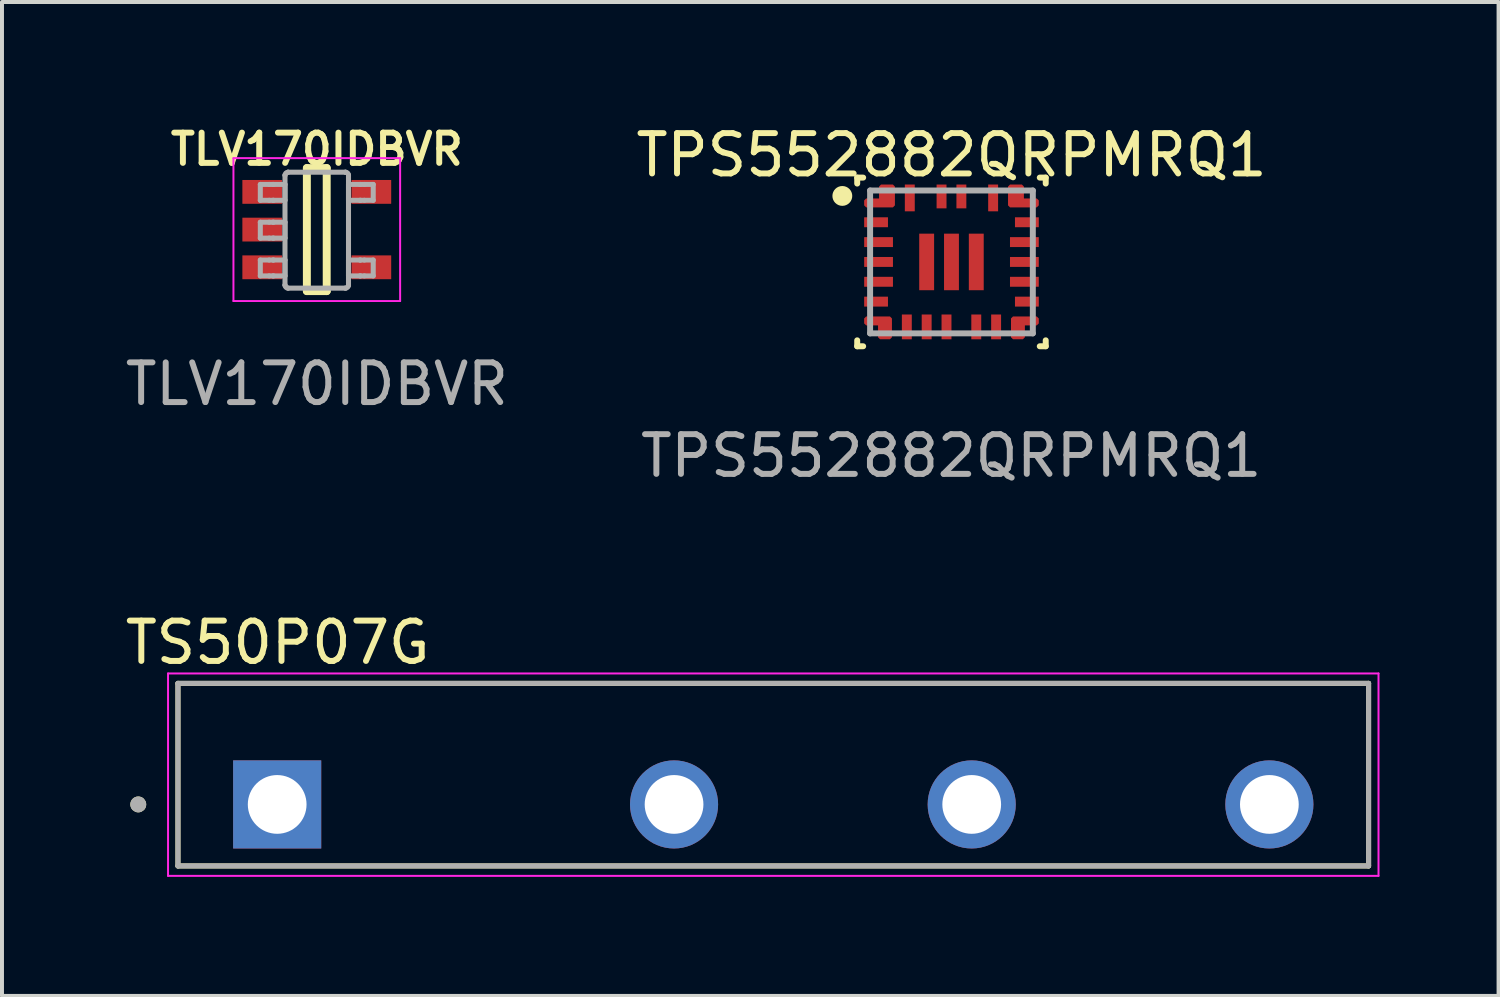
<source format=kicad_pcb>
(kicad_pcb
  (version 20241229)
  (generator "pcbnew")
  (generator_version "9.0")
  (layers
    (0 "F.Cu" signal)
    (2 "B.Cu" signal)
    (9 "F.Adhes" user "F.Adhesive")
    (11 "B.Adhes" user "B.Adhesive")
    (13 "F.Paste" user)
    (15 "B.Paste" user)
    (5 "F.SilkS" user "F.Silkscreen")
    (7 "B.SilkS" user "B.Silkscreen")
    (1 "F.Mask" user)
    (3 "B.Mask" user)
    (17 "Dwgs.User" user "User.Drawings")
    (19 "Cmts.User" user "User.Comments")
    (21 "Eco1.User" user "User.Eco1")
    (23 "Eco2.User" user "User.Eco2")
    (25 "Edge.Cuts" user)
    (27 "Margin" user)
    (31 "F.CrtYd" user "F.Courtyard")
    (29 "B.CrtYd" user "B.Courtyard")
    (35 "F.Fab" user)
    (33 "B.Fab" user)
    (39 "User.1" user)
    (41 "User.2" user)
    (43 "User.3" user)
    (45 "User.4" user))
  (footprint "TLV170IDBVR"
    (layer "F.Cu")
    (at 4.932 2.735)
    (property "Reference" "TLV170IDBVR" (at 0.001 -2.026 0) (unlocked yes) (layer "F.SilkS") (effects (font (size 0.762 0.762) (thickness 0.15))))
    (attr smd)
    (fp_line (start -0.25 -1.55) (end 0.25 -1.55) (stroke (width 0.2) (type solid)) (layer "F.SilkS"))
    (fp_line (start -0.25 1.55) (end -0.25 -1.55) (stroke (width 0.2) (type solid)) (layer "F.SilkS"))
    (fp_line (start -0.25 1.55) (end 0.25 1.55) (stroke (width 0.2) (type solid)) (layer "F.SilkS"))
    (fp_line (start 0.25 1.55) (end 0.25 -1.55) (stroke (width 0.2) (type solid)) (layer "F.SilkS"))
    (fp_line (start -2.1 -1.8) (end 2.1 -1.8) (stroke (width 0.05) (type solid)) (layer "F.CrtYd"))
    (fp_line (start -2.1 1.8) (end -2.1 -1.8) (stroke (width 0.05) (type solid)) (layer "F.CrtYd"))
    (fp_line (start -2.1 1.8) (end 2.1 1.8) (stroke (width 0.05) (type solid)) (layer "F.CrtYd"))
    (fp_line (start 2.1 1.8) (end 2.1 -1.8) (stroke (width 0.05) (type solid)) (layer "F.CrtYd"))
    (fp_line (start -1.423 -1.138) (end -1.199 -1.138) (stroke (width 0.127) (type solid)) (layer "F.Fab"))
    (fp_line (start -1.423 -0.738) (end -1.423 -1.138) (stroke (width 0.127) (type solid)) (layer "F.Fab"))
    (fp_line (start -1.423 -0.738) (end -1.199 -0.738) (stroke (width 0.127) (type solid)) (layer "F.Fab"))
    (fp_line (start -1.423 -0.186) (end -1.199 -0.186) (stroke (width 0.127) (type solid)) (layer "F.Fab"))
    (fp_line (start -1.423 0.215) (end -1.423 -0.186) (stroke (width 0.127) (type solid)) (layer "F.Fab"))
    (fp_line (start -1.423 0.215) (end -1.199 0.215) (stroke (width 0.127) (type solid)) (layer "F.Fab"))
    (fp_line (start -1.423 0.767) (end -1.199 0.767) (stroke (width 0.127) (type solid)) (layer "F.Fab"))
    (fp_line (start -1.423 1.167) (end -1.423 0.767) (stroke (width 0.127) (type solid)) (layer "F.Fab"))
    (fp_line (start -1.423 1.167) (end -1.199 1.167) (stroke (width 0.127) (type solid)) (layer "F.Fab"))
    (fp_line (start -1.199 -1.138) (end -1.105 -1.138) (stroke (width 0.127) (type solid)) (layer "F.Fab"))
    (fp_line (start -1.199 -0.738) (end -1.105 -0.738) (stroke (width 0.127) (type solid)) (layer "F.Fab"))
    (fp_line (start -1.199 -0.186) (end -1.105 -0.186) (stroke (width 0.127) (type solid)) (layer "F.Fab"))
    (fp_line (start -1.199 0.215) (end -1.105 0.215) (stroke (width 0.127) (type solid)) (layer "F.Fab"))
    (fp_line (start -1.199 0.767) (end -1.105 0.767) (stroke (width 0.127) (type solid)) (layer "F.Fab"))
    (fp_line (start -1.199 1.167) (end -1.105 1.167) (stroke (width 0.127) (type solid)) (layer "F.Fab"))
    (fp_line (start -1.105 -1.138) (end -1.088 -1.138) (stroke (width 0.127) (type solid)) (layer "F.Fab"))
    (fp_line (start -1.105 -0.738) (end -1.088 -0.738) (stroke (width 0.127) (type solid)) (layer "F.Fab"))
    (fp_line (start -1.105 -0.186) (end -1.088 -0.186) (stroke (width 0.127) (type solid)) (layer "F.Fab"))
    (fp_line (start -1.105 0.215) (end -1.088 0.215) (stroke (width 0.127) (type solid)) (layer "F.Fab"))
    (fp_line (start -1.105 0.767) (end -1.088 0.767) (stroke (width 0.127) (type solid)) (layer "F.Fab"))
    (fp_line (start -1.105 1.167) (end -1.088 1.167) (stroke (width 0.127) (type solid)) (layer "F.Fab"))
    (fp_line (start -1.088 -1.138) (end -0.835 -1.138) (stroke (width 0.127) (type solid)) (layer "F.Fab"))
    (fp_line (start -1.088 -0.738) (end -0.835 -0.738) (stroke (width 0.127) (type solid)) (layer "F.Fab"))
    (fp_line (start -1.088 -0.186) (end -0.835 -0.186) (stroke (width 0.127) (type solid)) (layer "F.Fab"))
    (fp_line (start -1.088 0.215) (end -0.835 0.215) (stroke (width 0.127) (type solid)) (layer "F.Fab"))
    (fp_line (start -1.088 0.767) (end -0.835 0.767) (stroke (width 0.127) (type solid)) (layer "F.Fab"))
    (fp_line (start -1.088 1.167) (end -0.835 1.167) (stroke (width 0.127) (type solid)) (layer "F.Fab"))
    (fp_line (start -0.835 -1.138) (end -0.801 -1.138) (stroke (width 0.127) (type solid)) (layer "F.Fab"))
    (fp_line (start -0.835 -0.738) (end -0.801 -0.738) (stroke (width 0.127) (type solid)) (layer "F.Fab"))
    (fp_line (start -0.835 -0.186) (end -0.801 -0.186) (stroke (width 0.127) (type solid)) (layer "F.Fab"))
    (fp_line (start -0.835 0.215) (end -0.801 0.215) (stroke (width 0.127) (type solid)) (layer "F.Fab"))
    (fp_line (start -0.835 0.767) (end -0.801 0.767) (stroke (width 0.127) (type solid)) (layer "F.Fab"))
    (fp_line (start -0.835 1.167) (end -0.801 1.167) (stroke (width 0.127) (type solid)) (layer "F.Fab"))
    (fp_line (start -0.801 -1.37) (end -0.801 -1.371) (stroke (width 0.127) (type solid)) (layer "F.Fab"))
    (fp_line (start -0.801 -0.738) (end -0.801 -1.138) (stroke (width 0.127) (type solid)) (layer "F.Fab"))
    (fp_line (start -0.801 0.215) (end -0.801 -0.186) (stroke (width 0.127) (type solid)) (layer "F.Fab"))
    (fp_line (start -0.801 1.167) (end -0.801 0.767) (stroke (width 0.127) (type solid)) (layer "F.Fab"))
    (fp_line (start -0.801 1.399) (end -0.801 -1.37) (stroke (width 0.127) (type solid)) (layer "F.Fab"))
    (fp_line (start -0.801 1.4) (end -0.801 1.399) (stroke (width 0.127) (type solid)) (layer "F.Fab"))
    (fp_line (start -0.725 -1.446) (end -0.725 -1.446) (stroke (width 0.127) (type solid)) (layer "F.Fab"))
    (fp_line (start -0.725 1.475) (end -0.725 1.475) (stroke (width 0.127) (type solid)) (layer "F.Fab"))
    (fp_line (start -0.725 -1.446) (end 0.723 -1.446) (stroke (width 0.127) (type solid)) (layer "F.Fab"))
    (fp_line (start -0.725 1.475) (end 0.723 1.475) (stroke (width 0.127) (type solid)) (layer "F.Fab"))
    (fp_line (start 0.723 -1.446) (end 0.724 -1.446) (stroke (width 0.127) (type solid)) (layer "F.Fab"))
    (fp_line (start 0.723 1.475) (end 0.724 1.475) (stroke (width 0.127) (type solid)) (layer "F.Fab"))
    (fp_line (start 0.799 -1.37) (end 0.799 -1.371) (stroke (width 0.127) (type solid)) (layer "F.Fab"))
    (fp_line (start 0.799 -1.138) (end 0.834 -1.138) (stroke (width 0.127) (type solid)) (layer "F.Fab"))
    (fp_line (start 0.799 -0.738) (end 0.799 -1.138) (stroke (width 0.127) (type solid)) (layer "F.Fab"))
    (fp_line (start 0.799 -0.738) (end 0.834 -0.738) (stroke (width 0.127) (type solid)) (layer "F.Fab"))
    (fp_line (start 0.799 0.767) (end 0.834 0.767) (stroke (width 0.127) (type solid)) (layer "F.Fab"))
    (fp_line (start 0.799 1.167) (end 0.799 0.767) (stroke (width 0.127) (type solid)) (layer "F.Fab"))
    (fp_line (start 0.799 1.167) (end 0.834 1.167) (stroke (width 0.127) (type solid)) (layer "F.Fab"))
    (fp_line (start 0.799 1.399) (end 0.799 -1.37) (stroke (width 0.127) (type solid)) (layer "F.Fab"))
    (fp_line (start 0.799 1.4) (end 0.799 1.399) (stroke (width 0.127) (type solid)) (layer "F.Fab"))
    (fp_line (start 0.834 -1.138) (end 1.087 -1.138) (stroke (width 0.127) (type solid)) (layer "F.Fab"))
    (fp_line (start 0.834 -0.738) (end 1.087 -0.738) (stroke (width 0.127) (type solid)) (layer "F.Fab"))
    (fp_line (start 0.834 0.767) (end 1.087 0.767) (stroke (width 0.127) (type solid)) (layer "F.Fab"))
    (fp_line (start 0.834 1.167) (end 1.087 1.167) (stroke (width 0.127) (type solid)) (layer "F.Fab"))
    (fp_line (start 1.087 -1.138) (end 1.103 -1.138) (stroke (width 0.127) (type solid)) (layer "F.Fab"))
    (fp_line (start 1.087 -0.738) (end 1.103 -0.738) (stroke (width 0.127) (type solid)) (layer "F.Fab"))
    (fp_line (start 1.087 0.767) (end 1.103 0.767) (stroke (width 0.127) (type solid)) (layer "F.Fab"))
    (fp_line (start 1.087 1.167) (end 1.103 1.167) (stroke (width 0.127) (type solid)) (layer "F.Fab"))
    (fp_line (start 1.103 -1.138) (end 1.198 -1.138) (stroke (width 0.127) (type solid)) (layer "F.Fab"))
    (fp_line (start 1.103 -0.738) (end 1.198 -0.738) (stroke (width 0.127) (type solid)) (layer "F.Fab"))
    (fp_line (start 1.103 0.767) (end 1.198 0.767) (stroke (width 0.127) (type solid)) (layer "F.Fab"))
    (fp_line (start 1.103 1.167) (end 1.198 1.167) (stroke (width 0.127) (type solid)) (layer "F.Fab"))
    (fp_line (start 1.198 -1.138) (end 1.422 -1.138) (stroke (width 0.127) (type solid)) (layer "F.Fab"))
    (fp_line (start 1.198 -0.738) (end 1.422 -0.738) (stroke (width 0.127) (type solid)) (layer "F.Fab"))
    (fp_line (start 1.198 0.767) (end 1.422 0.767) (stroke (width 0.127) (type solid)) (layer "F.Fab"))
    (fp_line (start 1.198 1.167) (end 1.422 1.167) (stroke (width 0.127) (type solid)) (layer "F.Fab"))
    (fp_line (start 1.422 -0.738) (end 1.422 -1.138) (stroke (width 0.127) (type solid)) (layer "F.Fab"))
    (fp_line (start 1.422 1.167) (end 1.422 0.767) (stroke (width 0.127) (type solid)) (layer "F.Fab"))
    (fp_arc (start -0.80074 -1.37084) (mid -0.778218 -1.423887) (end -0.724999 -1.445998) (stroke (width 0.127) (type solid)) (layer "F.Fab"))
    (fp_arc (start -0.724999 1.475) (mid -0.778213 1.452901) (end -0.80074 1.399867) (stroke (width 0.127) (type solid)) (layer "F.Fab"))
    (fp_arc (start 0.723714 -1.445998) (mid 0.776933 -1.423887) (end 0.799455 -1.37084) (stroke (width 0.127) (type solid)) (layer "F.Fab"))
    (fp_arc (start 0.799455 1.399868) (mid 0.776927 1.452901) (end 0.723713 1.475) (stroke (width 0.127) (type solid)) (layer "F.Fab"))
    (fp_text user "${REFERENCE}" (at 0.003 3.891 0) (unlocked yes) (layer "F.Fab") (effects (font (size 1 1) (thickness 0.15))))
    (pad "1" smd rect (at -1.375 -0.95 90) (size 0.6 1) (layers "F.Cu" "F.Mask" "F.Paste"))
    (pad "2" smd rect (at -1.375 0 90) (size 0.6 1) (layers "F.Cu" "F.Mask" "F.Paste"))
    (pad "3" smd rect (at -1.375 0.95 90) (size 0.6 1) (layers "F.Cu" "F.Mask" "F.Paste"))
    (pad "4" smd rect (at 1.375 0.95 90) (size 0.6 1) (layers "F.Cu" "F.Mask" "F.Paste"))
    (pad "5" smd rect (at 1.375 -0.95 90) (size 0.6 1) (layers "F.Cu" "F.Mask" "F.Paste")))
  (footprint "TS50P07G"
    (layer "F.Cu")
    (at 3.934 17.219)
    (property "Reference" "TS50P07G" (at 0.012 -4.078 0) (layer "F.SilkS") (effects (font (size 1.016 1.016) (thickness 0.15))))
    (attr through_hole)
    (fp_line (start -2.5 -3.05) (end 27.5 -3.05) (stroke (width 0.127) (type solid)) (layer "F.SilkS"))
    (fp_line (start -2.5 1.55) (end -2.5 -3.05) (stroke (width 0.127) (type solid)) (layer "F.SilkS"))
    (fp_line (start 27.5 -3.05) (end 27.5 1.55) (stroke (width 0.127) (type solid)) (layer "F.SilkS"))
    (fp_line (start 27.5 1.55) (end -2.5 1.55) (stroke (width 0.127) (type solid)) (layer "F.SilkS"))
    (fp_circle (center -3.5 0) (end -3.4 0) (stroke (width 0.2) (type solid)) (fill no) (layer "F.SilkS"))
    (fp_line (start -2.75 -3.3) (end -2.75 1.8) (stroke (width 0.05) (type solid)) (layer "F.CrtYd"))
    (fp_line (start -2.75 1.8) (end 27.75 1.8) (stroke (width 0.05) (type solid)) (layer "F.CrtYd"))
    (fp_line (start 27.75 -3.3) (end -2.75 -3.3) (stroke (width 0.05) (type solid)) (layer "F.CrtYd"))
    (fp_line (start 27.75 1.8) (end 27.75 -3.3) (stroke (width 0.05) (type solid)) (layer "F.CrtYd"))
    (fp_line (start -2.5 -3.05) (end 27.5 -3.05) (stroke (width 0.127) (type solid)) (layer "F.Fab"))
    (fp_line (start -2.5 1.55) (end -2.5 -3.05) (stroke (width 0.127) (type solid)) (layer "F.Fab"))
    (fp_line (start 27.5 -3.05) (end 27.5 1.55) (stroke (width 0.127) (type solid)) (layer "F.Fab"))
    (fp_line (start 27.5 1.55) (end -2.5 1.55) (stroke (width 0.127) (type solid)) (layer "F.Fab"))
    (fp_circle (center -3.5 0) (end -3.4 0) (stroke (width 0.2) (type solid)) (fill no) (layer "F.Fab"))
    (pad "1" thru_hole rect (at 0 0) (size 2.22 2.22) (drill 1.48) (layers "*.Cu" "*.Mask"))
    (pad "2" thru_hole circle (at 10 0) (size 2.22 2.22) (drill 1.48) (layers "*.Cu" "*.Mask"))
    (pad "3" thru_hole circle (at 17.5 0) (size 2.22 2.22) (drill 1.48) (layers "*.Cu" "*.Mask"))
    (pad "4" thru_hole circle (at 25 0) (size 2.22 2.22) (drill 1.48) (layers "*.Cu" "*.Mask")))
  (footprint "TPS552882QRPMRQ1"
    (layer "F.Cu")
    (at 20.924 3.55)
    (property "Reference" "TPS552882QRPMRQ1" (at 0.003 -2.692 0) (unlocked yes) (layer "F.SilkS") (effects (font (size 1.016 1.016) (thickness 0.15))))
    (attr smd)
    (fp_poly (pts (xy -2.2 -1.425) (xy -2.2 -1.55) (xy -2.15 -1.6) (xy -1.825 -1.6) (xy -1.825 -1.9) (xy -1.775 -1.95) (xy -1.475 -1.95) (xy -1.425 -1.9) (xy -1.425 -1.425) (xy -1.475 -1.375) (xy -2.15 -1.375)) (stroke (width 0) (type solid)) (fill yes) (layer "F.Cu"))
    (fp_poly (pts (xy -2.2 1.549) (xy -2.2 1.424) (xy -2.15 1.374) (xy -1.55 1.374) (xy -1.5 1.424) (xy -1.5 1.899) (xy -1.55 1.949) (xy -1.8 1.949) (xy -1.85 1.899) (xy -1.85 1.599) (xy -2.15 1.599)) (stroke (width 0) (type solid)) (fill yes) (layer "F.Cu"))
    (fp_poly (pts (xy 2.2 1.549) (xy 2.2 1.424) (xy 2.15 1.374) (xy 1.55 1.374) (xy 1.5 1.424) (xy 1.5 1.899) (xy 1.55 1.949) (xy 1.8 1.949) (xy 1.85 1.899) (xy 1.85 1.599) (xy 2.15 1.599)) (stroke (width 0) (type solid)) (fill yes) (layer "F.Cu"))
    (fp_poly (pts (xy 2.2 -1.425) (xy 2.2 -1.55) (xy 2.15 -1.6) (xy 1.825 -1.6) (xy 1.825 -1.9) (xy 1.775 -1.95) (xy 1.475 -1.95) (xy 1.425 -1.9) (xy 1.425 -1.425) (xy 1.475 -1.375) (xy 2.15 -1.375) (xy 2.2 -1.425)) (stroke (width 0) (type solid)) (fill yes) (layer "F.Cu"))
    (fp_poly (pts (xy -2.2 -1.425) (xy -2.2 -1.55) (xy -2.15 -1.6) (xy -1.825 -1.6) (xy -1.825 -1.9) (xy -1.775 -1.95) (xy -1.475 -1.95) (xy -1.425 -1.9) (xy -1.425 -1.425) (xy -1.475 -1.375) (xy -2.15 -1.375)) (stroke (width 0) (type solid)) (fill yes) (layer "F.Mask"))
    (fp_poly (pts (xy -2.2 1.549) (xy -2.2 1.424) (xy -2.15 1.374) (xy -1.55 1.374) (xy -1.5 1.424) (xy -1.5 1.899) (xy -1.55 1.949) (xy -1.8 1.949) (xy -1.85 1.899) (xy -1.85 1.599) (xy -2.15 1.599)) (stroke (width 0) (type solid)) (fill yes) (layer "F.Mask"))
    (fp_poly (pts (xy 2.2 1.549) (xy 2.15 1.599) (xy 1.85 1.599) (xy 1.85 1.899) (xy 1.8 1.949) (xy 1.55 1.949) (xy 1.5 1.899) (xy 1.5 1.424) (xy 1.55 1.374) (xy 2.15 1.374) (xy 2.2 1.424)) (stroke (width 0) (type solid)) (fill yes) (layer "F.Mask"))
    (fp_poly (pts (xy 2.2 -1.425) (xy 2.2 -1.425) (xy 2.15 -1.375) (xy 1.475 -1.375) (xy 1.425 -1.425) (xy 1.425 -1.9) (xy 1.475 -1.95) (xy 1.775 -1.95) (xy 1.825 -1.9) (xy 1.825 -1.6) (xy 2.15 -1.6) (xy 2.2 -1.55)) (stroke (width 0) (type solid)) (fill yes) (layer "F.Mask"))
    (fp_line (start -2.375 -2.125) (end -2.225 -2.125) (stroke (width 0.15) (type solid)) (layer "F.SilkS"))
    (fp_line (start -2.375 -1.975) (end -2.375 -2.125) (stroke (width 0.15) (type solid)) (layer "F.SilkS"))
    (fp_line (start -2.375 2.125) (end -2.375 1.975) (stroke (width 0.15) (type solid)) (layer "F.SilkS"))
    (fp_line (start -2.375 2.125) (end -2.225 2.125) (stroke (width 0.15) (type solid)) (layer "F.SilkS"))
    (fp_line (start 2.225 -2.125) (end 2.375 -2.125) (stroke (width 0.15) (type solid)) (layer "F.SilkS"))
    (fp_line (start 2.225 2.125) (end 2.375 2.125) (stroke (width 0.15) (type solid)) (layer "F.SilkS"))
    (fp_line (start 2.375 -1.975) (end 2.375 -2.125) (stroke (width 0.15) (type solid)) (layer "F.SilkS"))
    (fp_line (start 2.375 2.125) (end 2.375 1.975) (stroke (width 0.15) (type solid)) (layer "F.SilkS"))
    (fp_circle (center -2.75 -1.663) (end -2.625 -1.663) (stroke (width 0.25) (type solid)) (fill no) (layer "F.SilkS"))
    (fp_poly (pts (xy -2.2 -1.425) (xy -2.2 -1.55) (xy -2.15 -1.6) (xy -1.825 -1.6) (xy -1.825 -1.9) (xy -1.775 -1.95) (xy -1.475 -1.95) (xy -1.425 -1.9) (xy -1.425 -1.425) (xy -1.475 -1.375) (xy -2.15 -1.375)) (stroke (width 0) (type solid)) (fill yes) (layer "F.Paste"))
    (fp_poly (pts (xy -2.2 1.549) (xy -2.2 1.424) (xy -2.15 1.374) (xy -1.55 1.374) (xy -1.5 1.424) (xy -1.5 1.899) (xy -1.55 1.949) (xy -1.8 1.949) (xy -1.85 1.899) (xy -1.85 1.599) (xy -2.15 1.599)) (stroke (width 0) (type solid)) (fill yes) (layer "F.Paste"))
    (fp_poly (pts (xy 2.2 1.549) (xy 2.15 1.599) (xy 1.85 1.599) (xy 1.85 1.899) (xy 1.8 1.949) (xy 1.55 1.949) (xy 1.5 1.899) (xy 1.5 1.424) (xy 1.55 1.374) (xy 2.15 1.374) (xy 2.2 1.424)) (stroke (width 0) (type solid)) (fill yes) (layer "F.Paste"))
    (fp_poly (pts (xy 2.2 -1.425) (xy 2.2 -1.425) (xy 2.15 -1.375) (xy 1.475 -1.375) (xy 1.425 -1.425) (xy 1.425 -1.9) (xy 1.475 -1.95) (xy 1.775 -1.95) (xy 1.825 -1.9) (xy 1.825 -1.6) (xy 2.15 -1.6) (xy 2.2 -1.55)) (stroke (width 0) (type solid)) (fill yes) (layer "F.Paste"))
    (fp_line (start -2.05 -1.8) (end 2.05 -1.8) (stroke (width 0.15) (type solid)) (layer "F.Fab"))
    (fp_line (start -2.05 1.8) (end -2.05 -1.8) (stroke (width 0.15) (type solid)) (layer "F.Fab"))
    (fp_line (start -2.05 1.8) (end 2.05 1.8) (stroke (width 0.15) (type solid)) (layer "F.Fab"))
    (fp_line (start 2.05 1.8) (end 2.05 -1.8) (stroke (width 0.15) (type solid)) (layer "F.Fab"))
    (fp_text user "${REFERENCE}" (at -0.007 4.885 0) (unlocked yes) (layer "F.Fab") (effects (font (size 1 1) (thickness 0.15))))
    (pad "1" smd circle (at -1.661 -1.555) (size 0.306 0.306) (layers "F.Cu" "F.Mask" "F.Paste"))
    (pad "2" smd rect (at -1.9 -1 90) (size 0.25 0.6) (layers "F.Cu" "F.Mask" "F.Paste"))
    (pad "3" smd rect (at -1.837 -0.5) (size 0.725 0.25) (layers "F.Cu" "F.Mask" "F.Paste"))
    (pad "4" smd rect (at -1.837 0) (size 0.725 0.25) (layers "F.Cu" "F.Mask" "F.Paste"))
    (pad "5" smd rect (at -1.837 0.5) (size 0.725 0.25) (layers "F.Cu" "F.Mask" "F.Paste"))
    (pad "6" smd rect (at -1.9 1 90) (size 0.25 0.6) (layers "F.Cu" "F.Mask" "F.Paste"))
    (pad "7" smd circle (at -1.661 1.554) (size 0.29 0.29) (layers "F.Cu" "F.Mask" "F.Paste"))
    (pad "8" smd rect (at -1.125 1.637) (size 0.25 0.625) (layers "F.Cu" "F.Mask" "F.Paste"))
    (pad "9" smd rect (at -0.625 1.637) (size 0.25 0.625) (layers "F.Cu" "F.Mask" "F.Paste"))
    (pad "10" smd rect (at -0.125 1.637) (size 0.25 0.625) (layers "F.Cu" "F.Mask" "F.Paste"))
    (pad "11" smd rect (at 0.625 1.637) (size 0.25 0.625) (layers "F.Cu" "F.Mask" "F.Paste"))
    (pad "12" smd rect (at 1.125 1.637) (size 0.25 0.625) (layers "F.Cu" "F.Mask" "F.Paste"))
    (pad "13" smd circle (at 1.644 1.805) (size 0.259 0.259) (layers "F.Cu" "F.Mask" "F.Paste"))
    (pad "14" smd rect (at 1.9 1 90) (size 0.25 0.6) (layers "F.Cu" "F.Mask" "F.Paste"))
    (pad "15" smd rect (at 1.837 0.5) (size 0.725 0.25) (layers "F.Cu" "F.Mask" "F.Paste"))
    (pad "16" smd rect (at 1.837 0) (size 0.725 0.25) (layers "F.Cu" "F.Mask" "F.Paste"))
    (pad "17" smd rect (at 1.837 -0.5) (size 0.725 0.25) (layers "F.Cu" "F.Mask" "F.Paste"))
    (pad "18" smd rect (at 1.9 -1 90) (size 0.25 0.6) (layers "F.Cu" "F.Mask" "F.Paste"))
    (pad "19" smd circle (at 1.641 -1.591) (size 0.332 0.332) (layers "F.Cu" "F.Mask" "F.Paste"))
    (pad "20" smd rect (at 1.05 -1.613) (size 0.25 0.675) (layers "F.Cu" "F.Mask" "F.Paste"))
    (pad "21" smd rect (at 0.25 -1.65) (size 0.25 0.6) (layers "F.Cu" "F.Mask" "F.Paste"))
    (pad "22" smd rect (at -0.25 -1.65) (size 0.25 0.6) (layers "F.Cu" "F.Mask" "F.Paste"))
    (pad "23" smd rect (at -1.05 -1.613) (size 0.25 0.675) (layers "F.Cu" "F.Mask" "F.Paste"))
    (pad "24" smd rect (at -0.625 0) (size 0.375 1.425) (layers "F.Cu" "F.Mask" "F.Paste"))
    (pad "25" smd rect (at 0 0) (size 0.375 1.425) (layers "F.Cu" "F.Mask" "F.Paste"))
    (pad "26" smd rect (at 0.625 0) (size 0.375 1.425) (layers "F.Cu" "F.Mask" "F.Paste")))
  (gr_rect
    (start -3 -3)
    (end 34.709 22.044)
    (stroke (width 0.1) (type default))
    (fill no)
    (layer "Edge.Cuts")))
</source>
